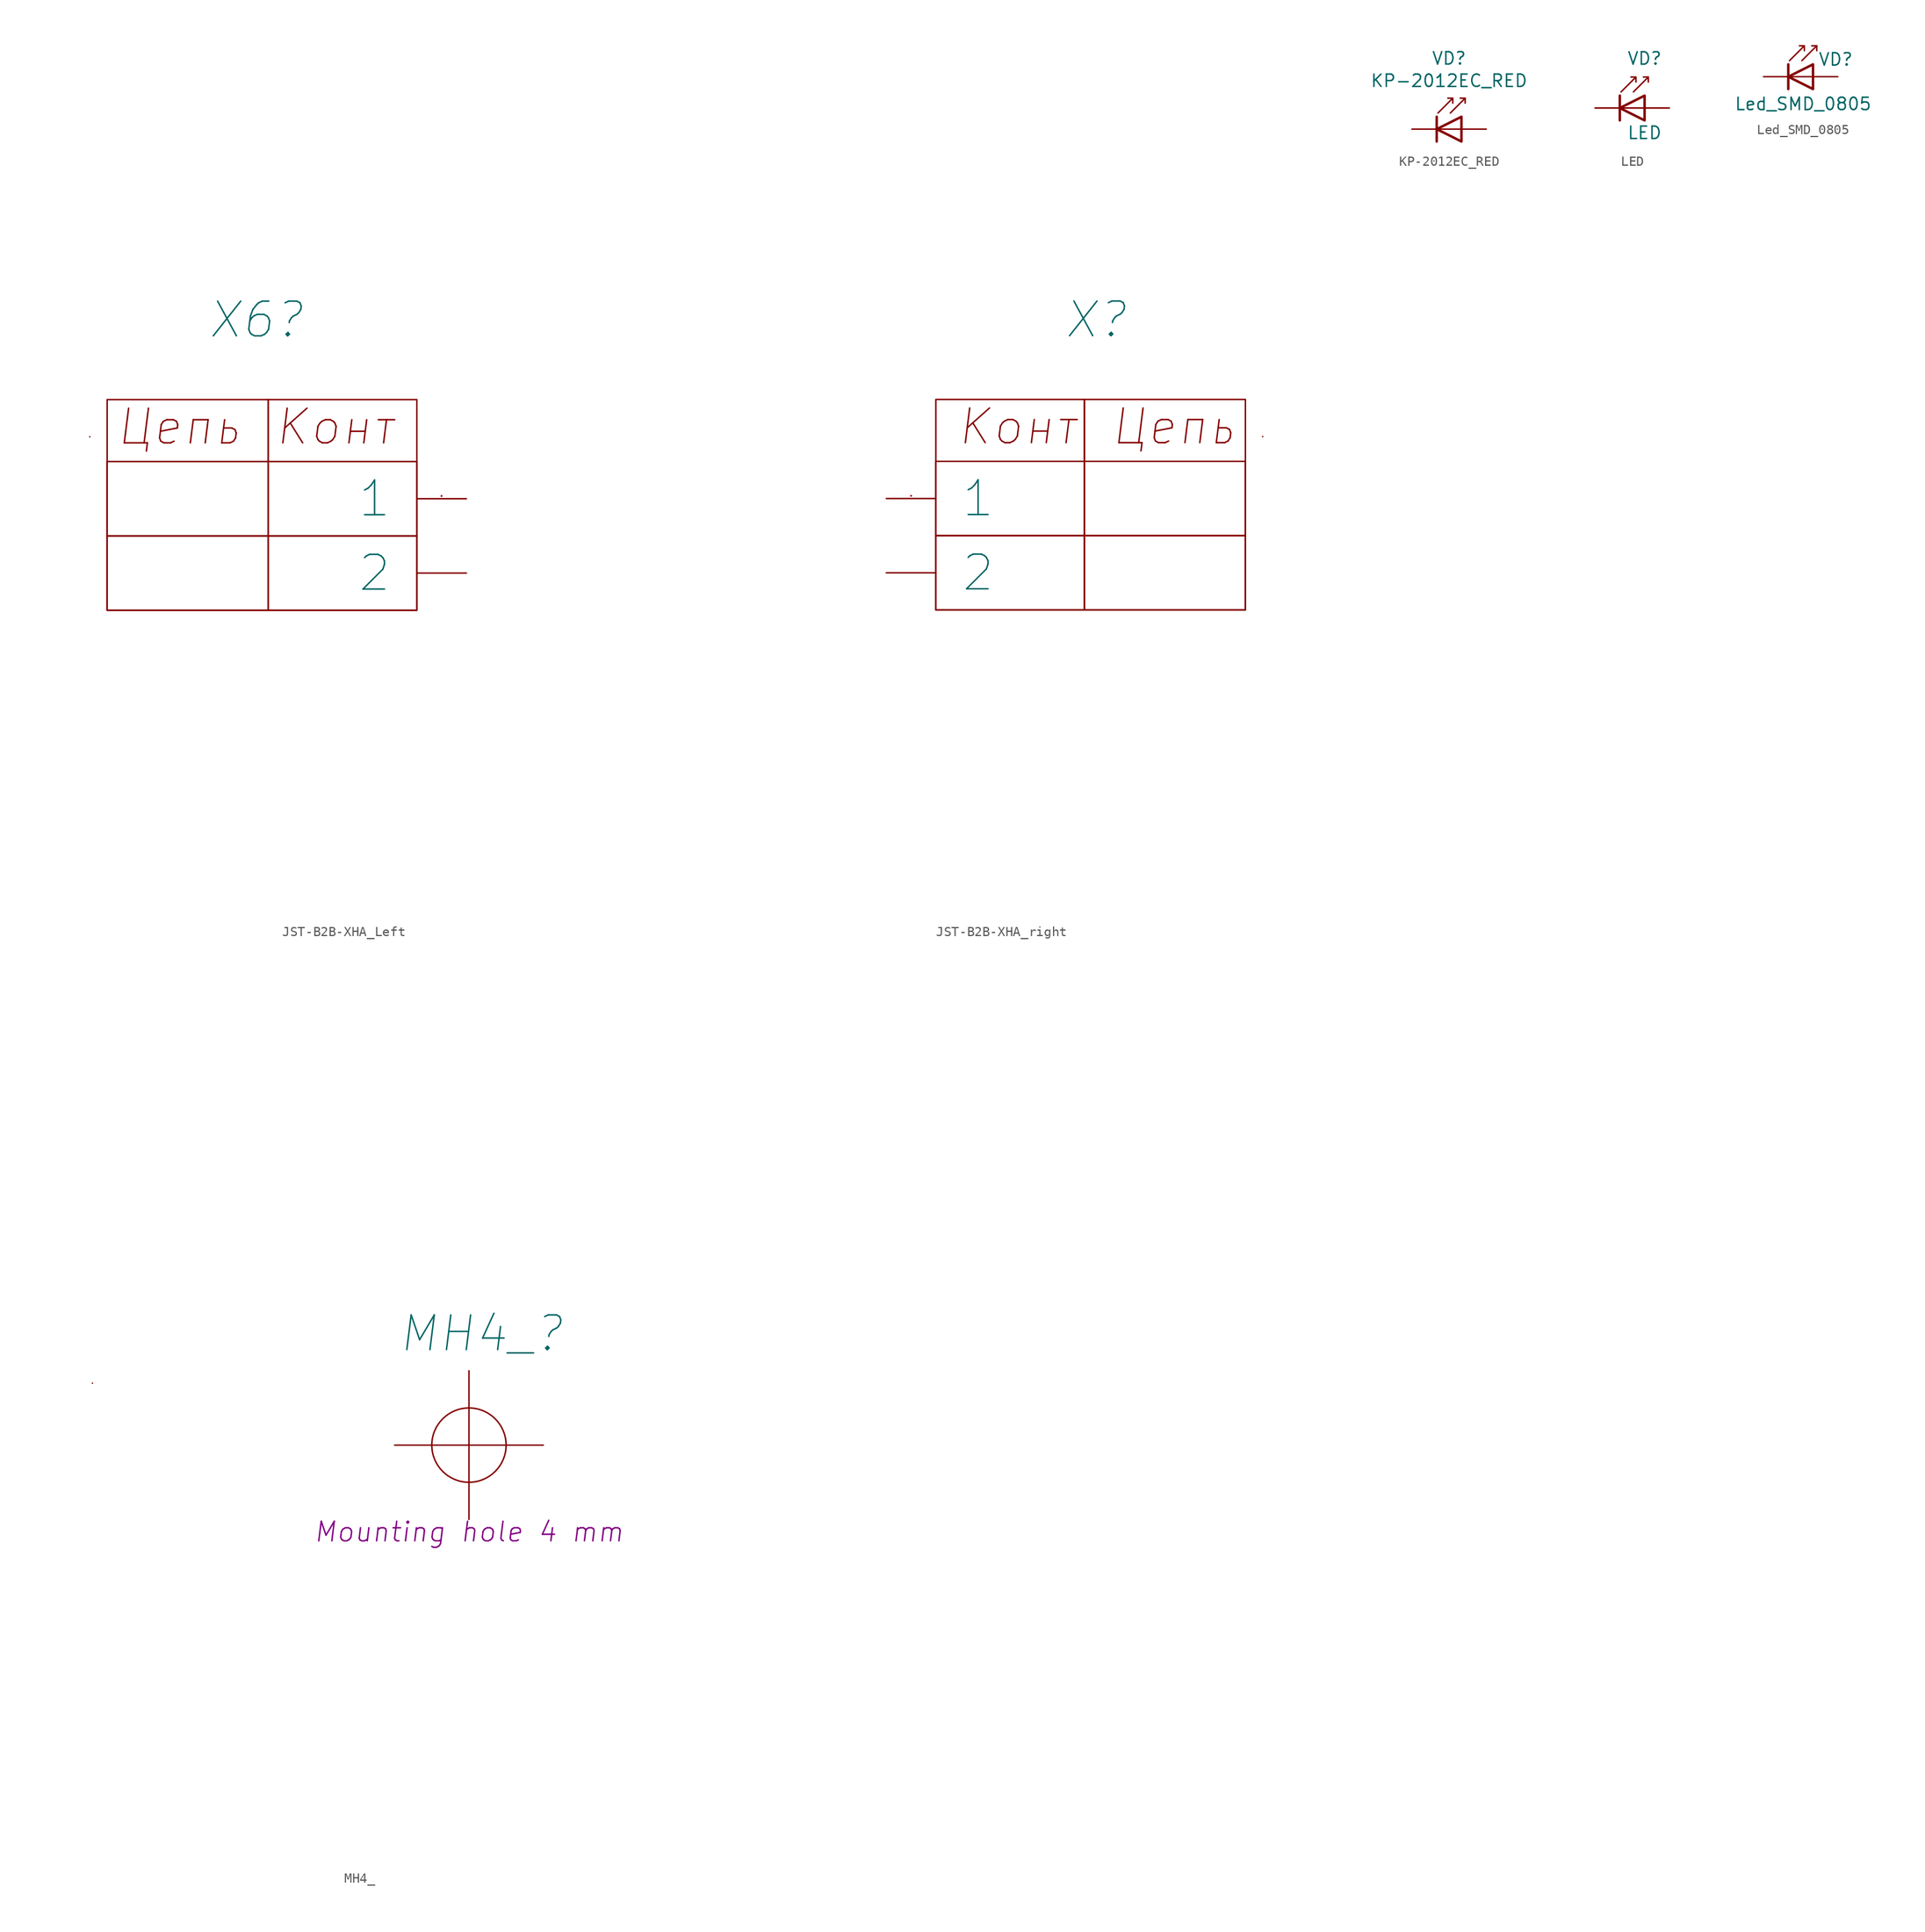
<source format=kicad_sym>
(kicad_symbol_lib
  (version 20210619)
  (generator kicad_symbol_editor)
  (symbol "my_Library:JST-B2B-XHA_Left"
    (pin_names
      (offset 2.54))
    (property "Reference" "X6"
      (at -21.526 18.334 0)
      (effects (font (size 3.556 3.556) italic)))
    (property "PIN1" "  "
      (at -12.636 37.959 0)
      (effects (font (size 2.007 2.007) italic)))
    (property "PIN2" "   "
      (at -12.636 33.722 0)
      (effects (font (size 2.007 2.007) italic)))
    (property "PIN3" " "
      (at -12.636 29.485 0)
      (effects (font (size 2.007 2.007) italic)))
    (property "PIN4" "  "
      (at -12.636 25.248 0)
      (effects (font (size 2.007 2.007) italic)))
    (property "PIN5" " "
      (at -12.636 21.011 0)
      (effects (font (size 2.007 2.007) italic)))
    (symbol "JST-B2B-XHA_Left_0_0"
      (pin passive line (at 0 0 180) (length 5.08) (name "1" (effects (font (size 3.556 3.556)))) (number "1" (effects (font (size 0.025 0.025)))))
      (pin passive line (at 0 -7.62 180) (length 5.08) (name "2" (effects (font (size 3.556 3.556)))) (number "2" (effects (font (size 0 0))))))
    (symbol "JST-B2B-XHA_Left_1_1"
      (text " " (at 9.906 -12.7 0) (effects (font (size 2.007 2.007) italic)))
      (text " " (at 9.906 -7.62 0) (effects (font (size 2.007 2.007) italic)))
      (text " " (at 9.906 -2.54 0) (effects (font (size 2.007 2.007) italic)))
      (text " " (at 9.906 2.54 0) (effects (font (size 2.007 2.007) italic)))
      (text " " (at 9.906 17.78 0) (effects (font (size 2.007 2.007) italic)))
      (text " " (at 12.446 -34.29 0) (effects (font (size 2.007 2.007) italic)))
      (text " " (at 12.446 -29.21 0) (effects (font (size 2.007 2.007) italic)))
      (text " " (at 12.446 -24.13 0) (effects (font (size 2.007 2.007) italic)))
      (text "Конт" (at -13.462 7.366 0) (effects (font (size 3.556 3.556) italic)))
      (text "Цепь" (at -29.464 7.366 0) (effects (font (size 3.556 3.556) italic)))
      (rectangle (start -38.608 6.35) (end -38.608 6.35) (stroke (width 0)) (fill (type none)))
      (rectangle (start -36.83 -3.81) (end -5.08 -11.43) (stroke (width 0)) (fill (type none)))
      (rectangle (start -36.83 3.81) (end -5.08 -3.81) (stroke (width 0)) (fill (type none)))
      (rectangle (start -36.83 10.16) (end -20.32 -11.43) (stroke (width 0)) (fill (type none)))
      (rectangle (start -20.32 10.16) (end -5.08 -11.43) (stroke (width 0)) (fill (type none)))))
  (symbol "my_Library:JST-B2B-XHA_right"
    (pin_names
      (offset 2.54))
    (property "Reference" "X"
      (at 21.526 18.334 0)
      (effects (font (size 3.556 3.556) italic)))
    (property "PIN1" "  "
      (at -12.636 37.959 0)
      (effects (font (size 2.007 2.007) italic)))
    (property "PIN2" "   "
      (at -12.636 33.722 0)
      (effects (font (size 2.007 2.007) italic)))
    (property "PIN3" " "
      (at -12.636 29.485 0)
      (effects (font (size 2.007 2.007) italic)))
    (property "PIN4" "  "
      (at -12.636 25.248 0)
      (effects (font (size 2.007 2.007) italic)))
    (property "PIN5" " "
      (at 12.636 21.011 0)
      (effects (font (size 2.007 2.007) italic)))
    (symbol "JST-B2B-XHA_right_0_0"
      (pin passive line (at 0 0 0) (length 5.08) (name "1" (effects (font (size 3.556 3.556)))) (number "1" (effects (font (size 0.025 0.025)))))
      (pin passive line (at 0 -7.62 0) (length 5.08) (name "2" (effects (font (size 3.556 3.556)))) (number "2" (effects (font (size 0 0))))))
    (symbol "JST-B2B-XHA_right_1_1"
      (text " " (at -9.906 -12.7 0) (effects (font (size 2.007 2.007) italic)))
      (text " " (at -9.906 -7.62 0) (effects (font (size 2.007 2.007) italic)))
      (text " " (at -9.906 -2.54 0) (effects (font (size 2.007 2.007) italic)))
      (text " " (at -9.906 2.54 0) (effects (font (size 2.007 2.007) italic)))
      (text " " (at -9.906 17.78 0) (effects (font (size 2.007 2.007) italic)))
      (text " " (at 12.446 -34.29 0) (effects (font (size 2.007 2.007) italic)))
      (text " " (at 12.446 -29.21 0) (effects (font (size 2.007 2.007) italic)))
      (text " " (at 12.446 -24.13 0) (effects (font (size 2.007 2.007) italic)))
      (text "Конт" (at 13.462 7.366 0) (effects (font (size 3.556 3.556) italic)))
      (text "Цепь" (at 29.464 7.366 0) (effects (font (size 3.556 3.556) italic)))
      (rectangle (start 20.32 10.16) (end 5.08 -11.43) (stroke (width 0)) (fill (type none)))
      (rectangle (start 36.83 -3.81) (end 5.08 -11.43) (stroke (width 0)) (fill (type none)))
      (rectangle (start 36.83 3.81) (end 5.08 -3.81) (stroke (width 0)) (fill (type none)))
      (rectangle (start 36.83 10.16) (end 20.32 -11.43) (stroke (width 0)) (fill (type none)))
      (rectangle (start 38.608 6.35) (end 38.608 6.35) (stroke (width 0)) (fill (type none)))))
  (symbol "my_Library:KP-2012EC_RED"
    (pin_numbers hide)
    (pin_names
      (offset 1.016) hide)
    (property "Reference" "VD"
      (at -1.27 7.258 0)
      (effects (font (size 1.27 1.27))))
    (property "Value" "KP-2012EC_RED"
      (at -1.27 4.96 0)
      (effects (font (size 1.27 1.27))))
    (symbol "KP-2012EC_RED_0_1"
      (polyline (pts (xy -2.54 1.27) (xy -2.54 -1.27)) (stroke (width 0.254)) (fill (type none)))
      (polyline (pts (xy 0 0) (xy -2.54 0)) (stroke (width 0)) (fill (type none)))
      (polyline (pts (xy 0.381 3.175) (xy -0.127 3.175)) (stroke (width 0)) (fill (type none)))
      (polyline (pts (xy -1.143 1.651) (xy 0.381 3.175) (xy 0.381 2.667)) (stroke (width 0)) (fill (type none)))
      (polyline (pts (xy 0 1.27) (xy -2.54 0) (xy 0 -1.27) (xy 0 1.27)) (stroke (width 0.254)) (fill (type none)))
      (polyline (pts (xy -2.413 1.651) (xy -0.889 3.175) (xy -0.889 2.667) (xy -0.889 3.175) (xy -1.397 3.175)) (stroke (width 0)) (fill (type none))))
    (symbol "KP-2012EC_RED_1_1"
      (pin passive line (at -5.08 0 0) (length 2.54) (name "K" (effects (font (size 1.27 1.27)))) (number "1" (effects (font (size 1.27 1.27)))))
      (pin passive line (at 2.54 0 180) (length 2.54) (name "A" (effects (font (size 1.27 1.27)))) (number "2" (effects (font (size 1.27 1.27)))))))
  (symbol "my_Library:LED"
    (pin_numbers hide)
    (pin_names
      (offset 1.016) hide)
    (property "Reference" "VD"
      (at 0 5.08 0)
      (effects (font (size 1.27 1.27))))
    (property "Value" "LED"
      (at 0 -2.54 0)
      (effects (font (size 1.27 1.27))))
    (symbol "LED_0_1"
      (polyline (pts (xy -2.54 1.27) (xy -2.54 -1.27)) (stroke (width 0.254)) (fill (type none)))
      (polyline (pts (xy 0 0) (xy -2.54 0)) (stroke (width 0)) (fill (type none)))
      (polyline (pts (xy 0.381 3.175) (xy -0.127 3.175)) (stroke (width 0)) (fill (type none)))
      (polyline (pts (xy -1.143 1.651) (xy 0.381 3.175) (xy 0.381 2.667)) (stroke (width 0)) (fill (type none)))
      (polyline (pts (xy 0 1.27) (xy -2.54 0) (xy 0 -1.27) (xy 0 1.27)) (stroke (width 0.254)) (fill (type none)))
      (polyline (pts (xy -2.413 1.651) (xy -0.889 3.175) (xy -0.889 2.667) (xy -0.889 3.175) (xy -1.397 3.175)) (stroke (width 0)) (fill (type none))))
    (symbol "LED_1_1"
      (pin passive line (at -5.08 0 0) (length 2.54) (name "K" (effects (font (size 1.27 1.27)))) (number "1" (effects (font (size 1.27 1.27)))))
      (pin passive line (at 2.54 0 180) (length 2.54) (name "A" (effects (font (size 1.27 1.27)))) (number "2" (effects (font (size 1.27 1.27)))))))
  (symbol "my_Library:Led_SMD_0805"
    (pin_numbers hide)
    (pin_names
      (offset 1.016) hide)
    (property "Reference" "VD"
      (at 0.508 1.778 0)
      (effects (font (size 1.27 1.27)) (justify left)))
    (property "Value" "Led_SMD_0805"
      (at -1.016 -2.794 0)
      (effects (font (size 1.27 1.27))))
    (symbol "Led_SMD_0805_0_1"
      (polyline (pts (xy -2.54 0) (xy 0 0)) (stroke (width 0)) (fill (type none)))
      (polyline (pts (xy -2.54 1.27) (xy -2.54 -1.27)) (stroke (width 0.254)) (fill (type none)))
      (polyline (pts (xy 0.381 3.175) (xy -0.127 3.175)) (stroke (width 0)) (fill (type none)))
      (polyline (pts (xy -1.143 1.651) (xy 0.381 3.175) (xy 0.381 2.667)) (stroke (width 0)) (fill (type none)))
      (polyline (pts (xy 0 -1.27) (xy 0 1.27) (xy -2.54 0) (xy 0 -1.27)) (stroke (width 0.254)) (fill (type none)))
      (polyline (pts (xy -2.413 1.651) (xy -0.889 3.175) (xy -0.889 2.667) (xy -0.889 3.175) (xy -1.397 3.175)) (stroke (width 0)) (fill (type none))))
    (symbol "Led_SMD_0805_1_1"
      (pin passive line (at -5.08 0 0) (length 2.54) (name "K" (effects (font (size 1.27 1.27)))) (number "1" (effects (font (size 1.27 1.27)))))
      (pin passive line (at 2.54 0 180) (length 2.54) (name "A" (effects (font (size 1.27 1.27)))) (number "2" (effects (font (size 1.27 1.27)))))))
  (symbol "my_Library:MH4_"
    (pin_names
      (offset 2.54))
    (property "Reference" "MH4_"
      (at 1.27 11.43 0)
      (effects (font (size 3.556 3.556) italic)))
    (property "ValueName" "Mounting hole 4 mm"
      (at 0 -8.89 0)
      (effects (font (size 2.007 2.007) italic)))
    (property "PIN1" "  "
      (at -12.636 37.959 0)
      (effects (font (size 2.007 2.007) italic)))
    (property "PIN2" "   "
      (at -12.636 33.722 0)
      (effects (font (size 2.007 2.007) italic)))
    (property "PIN3" " "
      (at -12.636 29.485 0)
      (effects (font (size 2.007 2.007) italic)))
    (property "PIN4" "  "
      (at -12.636 25.248 0)
      (effects (font (size 2.007 2.007) italic)))
    (property "PIN5" " "
      (at -12.636 21.011 0)
      (effects (font (size 2.007 2.007) italic)))
    (symbol "MH4__0_1"
      (circle (center 0 0) (radius 3.81) (stroke (width 0.152)) (fill (type none)))
      (polyline (pts (xy 0 7.62) (xy 0 -7.62)) (stroke (width 0.152)) (fill (type none)))
      (polyline (pts (xy -7.62 0) (xy 7.62 0) (xy 7.62 0)) (stroke (width 0.152)) (fill (type none))))
    (symbol "MH4__1_1"
      (text " " (at 9.906 -12.7 0) (effects (font (size 2.007 2.007) italic)))
      (text " " (at 9.906 -7.62 0) (effects (font (size 2.007 2.007) italic)))
      (text " " (at 9.906 -2.54 0) (effects (font (size 2.007 2.007) italic)))
      (text " " (at 9.906 2.54 0) (effects (font (size 2.007 2.007) italic)))
      (text " " (at 9.906 17.78 0) (effects (font (size 2.007 2.007) italic)))
      (text " " (at 12.446 -34.29 0) (effects (font (size 2.007 2.007) italic)))
      (text " " (at 12.446 -29.21 0) (effects (font (size 2.007 2.007) italic)))
      (text " " (at 12.446 -24.13 0) (effects (font (size 2.007 2.007) italic)))
      (rectangle (start -38.608 6.35) (end -38.608 6.35) (stroke (width 0)) (fill (type none))))))
</source>
